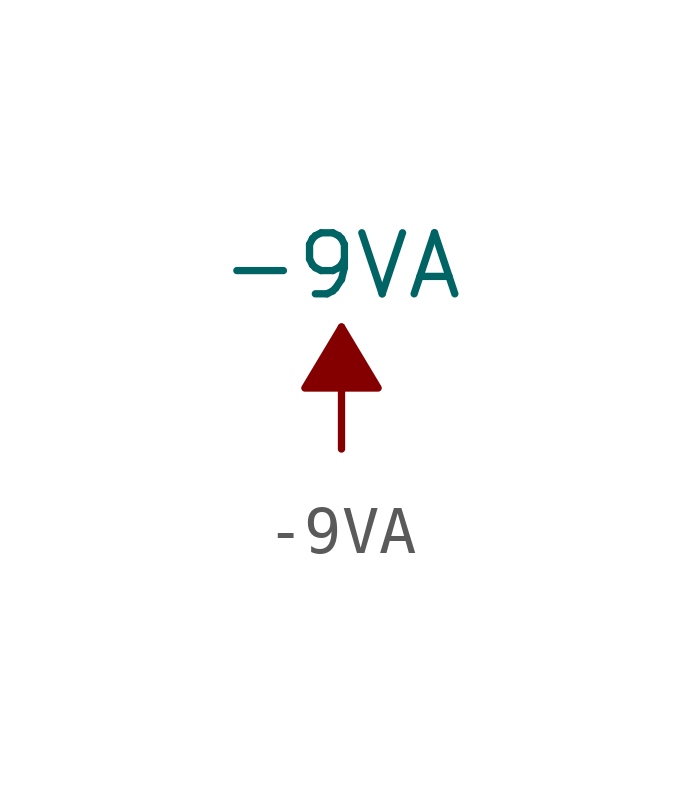
<source format=kicad_sym>
(kicad_symbol_lib
  (version 20211014)
  (generator kicad_symbol_editor)
  (symbol "-9VA"
    (power)
    (pin_names
      (offset 0))
    (property "Reference" "#PWR"
      (at 0 -3.175 0)
      (effects (font (size 1.27 1.27)) hide))
    (property "Value" "-9VA"
      (at 0 3.81 0)
      (effects (font (size 1.27 1.27))))
    (symbol "-9VA_0_1"
      (polyline (pts (xy 0 0) (xy 0 2.54)) (stroke (width 0) (type default) (color 0 0 0 0)) (fill (type none)))
      (polyline (pts (xy 0.762 1.27) (xy -0.762 1.27) (xy 0 2.54) (xy 0.762 1.27)) (stroke (width 0) (type default) (color 0 0 0 0)) (fill (type outline))))
    (symbol "-9VA_1_1"
      (pin power_in line (at 0 0 90) (length 0) hide (name "-9VA" (effects (font (size 1.27 1.27)))) (number "1" (effects (font (size 1.27 1.27))))))))
</source>
